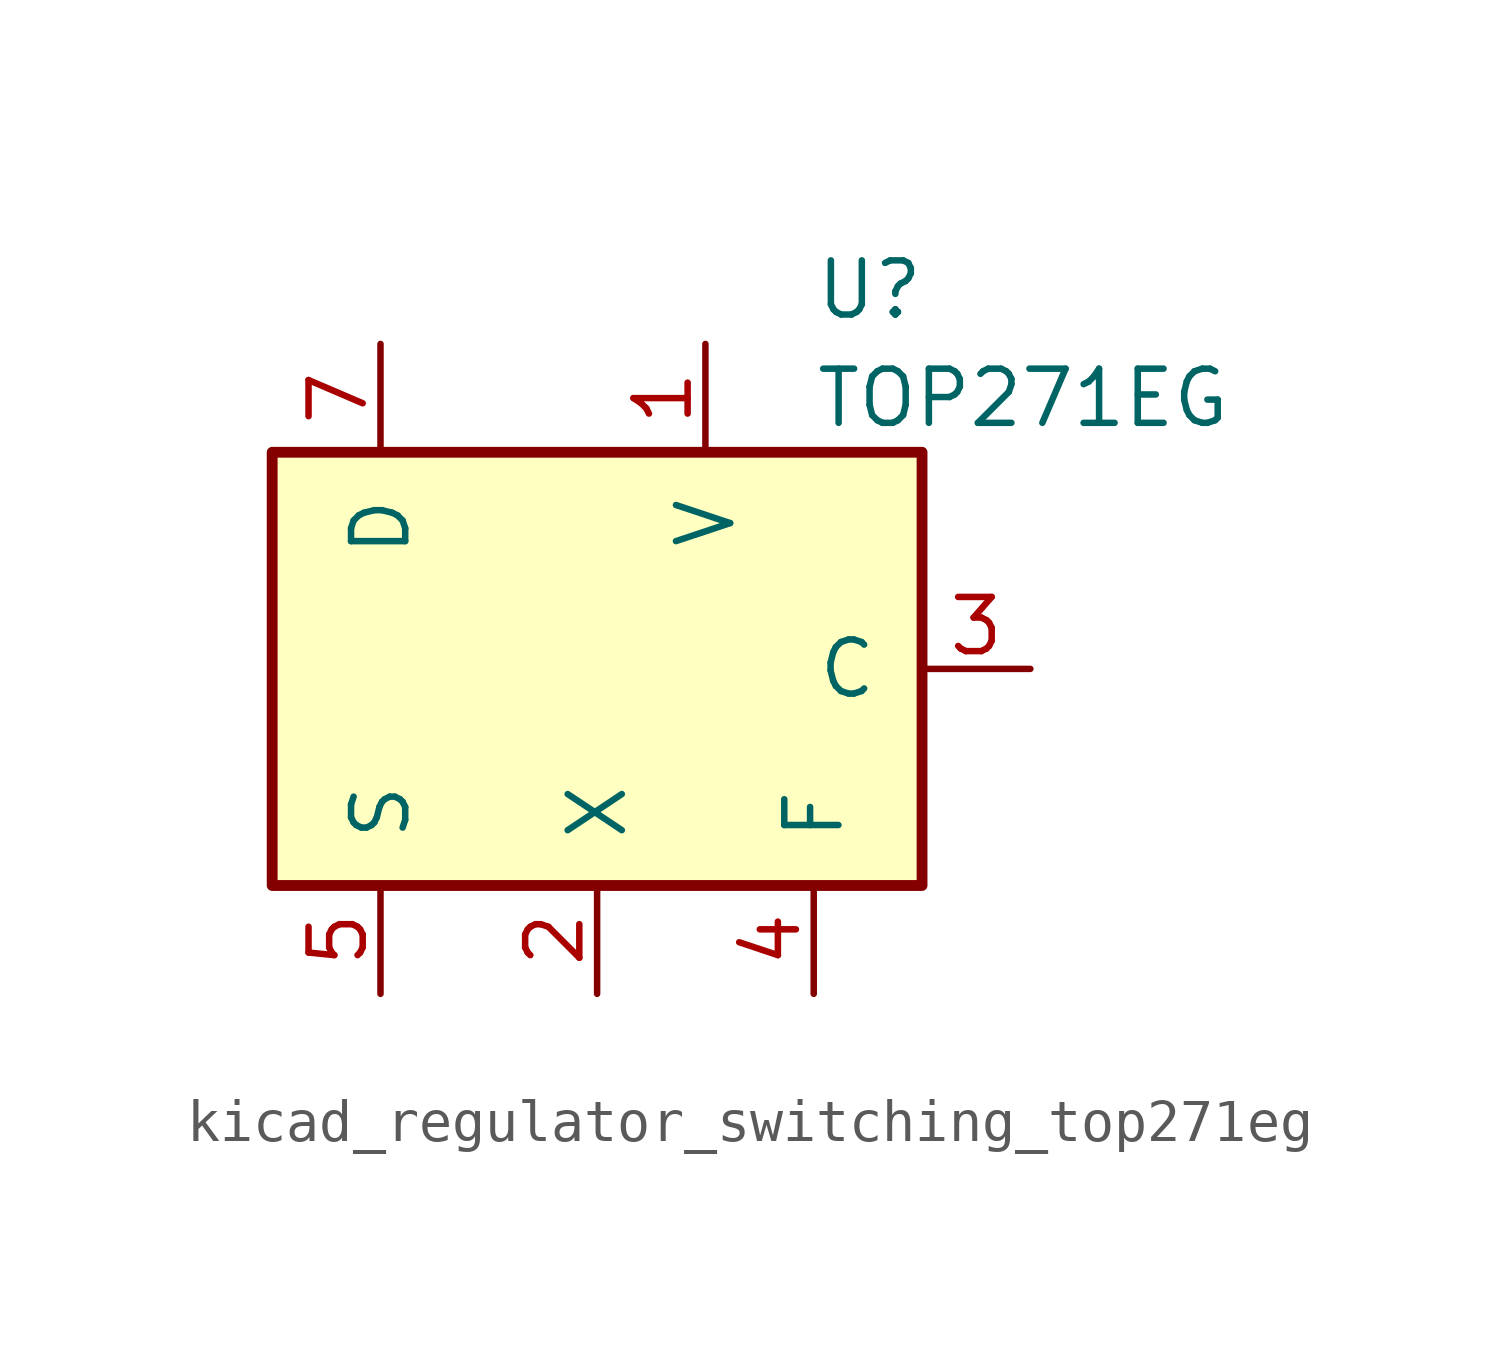
<source format=kicad_sym>
(kicad_symbol_lib
  (version 20220914)
  (generator kicad_symbol_editor)
  (symbol "kicad_regulator_switching_top271eg"
    (pin_names
      (offset 1.016))
    (property "Reference" "U"
      (at 5.08 8.89 0)
      (effects (font (size 1.27 1.27)) (justify left)))
    (property "Value" "TOP271EG"
      (at 5.08 6.35 0)
      (effects (font (size 1.27 1.27)) (justify left)))
    (symbol "kicad_regulator_switching_top271eg_0_1"
      (rectangle (start -7.62 5.08) (end 7.62 -5.08) (stroke (width 0.254) (type default)) (fill (type background))))
    (symbol "kicad_regulator_switching_top271eg_1_1"
      (pin input line (at 2.54 7.62 270) (length 2.54) (name "V" (effects (font (size 1.27 1.27)))) (number "1" (effects (font (size 1.27 1.27)))))
      (pin input line (at 0 -7.62 90) (length 2.54) (name "X" (effects (font (size 1.27 1.27)))) (number "2" (effects (font (size 1.27 1.27)))))
      (pin input line (at 10.16 0 180) (length 2.54) (name "C" (effects (font (size 1.27 1.27)))) (number "3" (effects (font (size 1.27 1.27)))))
      (pin passive line (at 5.08 -7.62 90) (length 2.54) (name "F" (effects (font (size 1.27 1.27)))) (number "4" (effects (font (size 1.27 1.27)))))
      (pin power_in line (at -5.08 -7.62 90) (length 2.54) (name "S" (effects (font (size 1.27 1.27)))) (number "5" (effects (font (size 1.27 1.27)))))
      (pin open_collector line (at -5.08 7.62 270) (length 2.54) (name "D" (effects (font (size 1.27 1.27)))) (number "7" (effects (font (size 1.27 1.27))))))))
</source>
